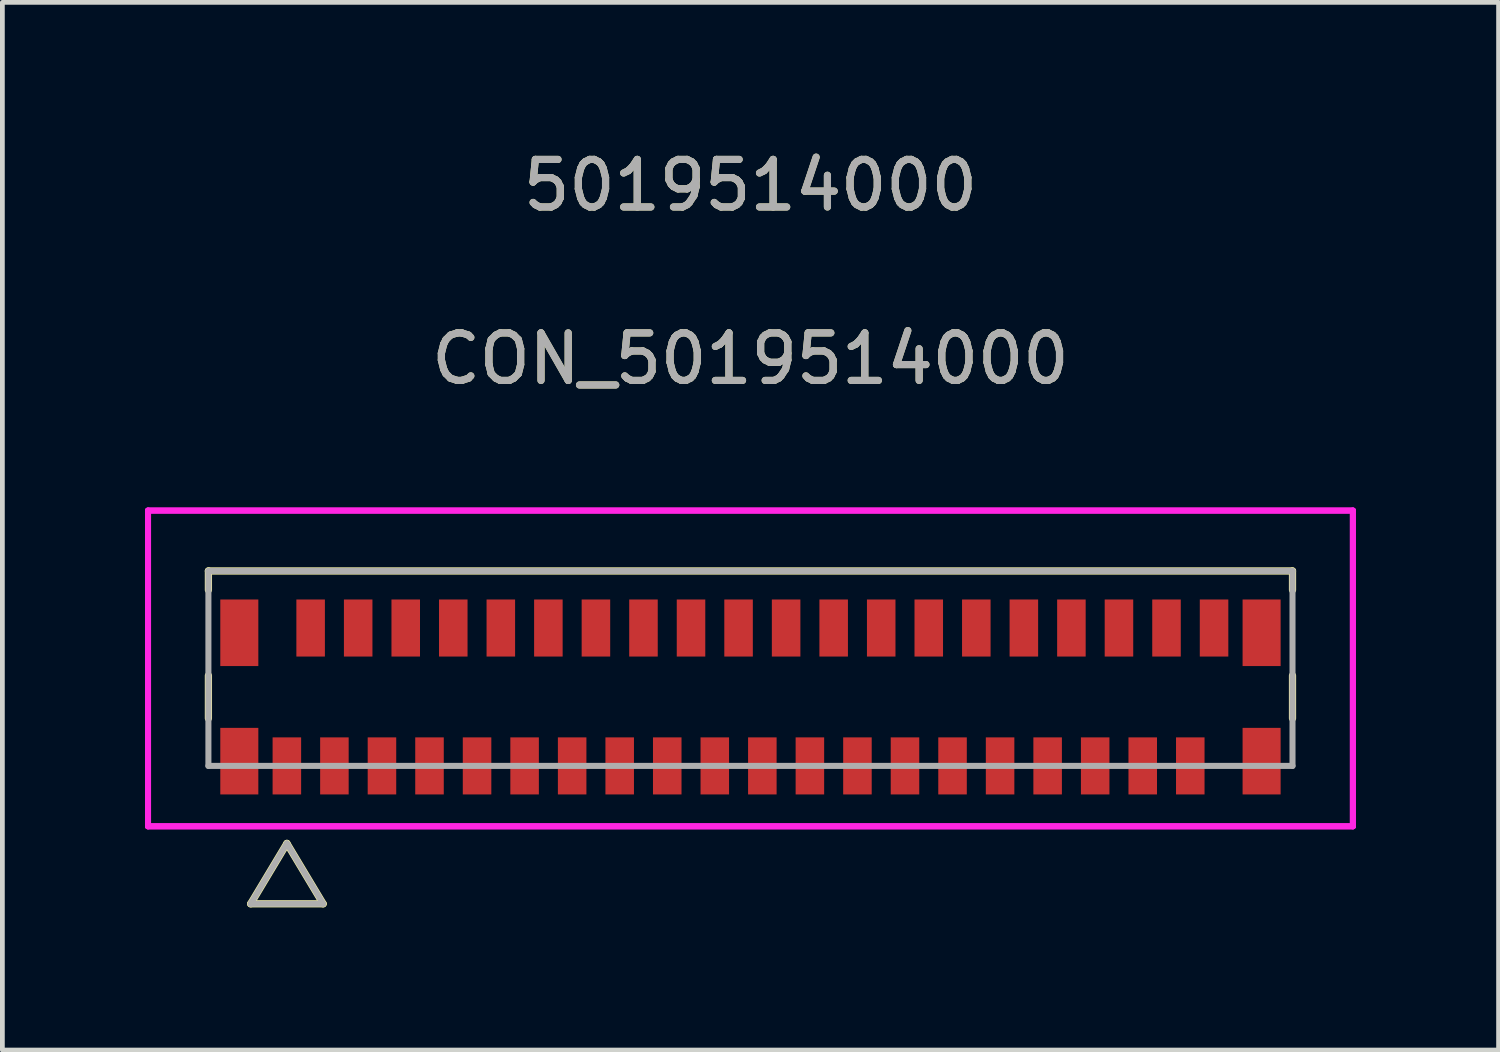
<source format=kicad_pcb>
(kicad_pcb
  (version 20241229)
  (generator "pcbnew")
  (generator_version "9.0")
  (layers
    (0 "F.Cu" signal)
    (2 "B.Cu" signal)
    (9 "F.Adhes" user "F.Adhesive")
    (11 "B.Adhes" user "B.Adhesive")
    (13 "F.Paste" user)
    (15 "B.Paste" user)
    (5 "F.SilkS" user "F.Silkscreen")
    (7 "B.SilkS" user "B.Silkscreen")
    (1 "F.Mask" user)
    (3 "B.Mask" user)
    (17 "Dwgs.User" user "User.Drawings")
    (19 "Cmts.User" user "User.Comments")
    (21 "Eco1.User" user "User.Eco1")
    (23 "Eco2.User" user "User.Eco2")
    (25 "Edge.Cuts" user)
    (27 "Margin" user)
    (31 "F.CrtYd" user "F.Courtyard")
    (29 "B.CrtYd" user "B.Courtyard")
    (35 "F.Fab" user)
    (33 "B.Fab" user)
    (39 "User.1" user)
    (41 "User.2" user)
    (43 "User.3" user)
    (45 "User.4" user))
  (footprint "CON_5019514000"
    (layer "F.Cu")
    (at 12.733 11.608)
    (property "Reference" "CON_5019514000" (at 0 -7.112 0) (unlocked yes) (layer "F.SilkS") (effects (font (size 1 1) (thickness 0.15))))
    (attr smd)
    (fp_line (start -11.4 -2.65) (end -11.4 -2.25) (stroke (width 0.152) (type solid)) (layer "F.SilkS"))
    (fp_line (start -11.4 -0.45) (end -11.4 0.45) (stroke (width 0.152) (type solid)) (layer "F.SilkS"))
    (fp_line (start -10.511 4.35) (end -9.749 3.08) (stroke (width 0.152) (type solid)) (layer "F.SilkS"))
    (fp_line (start -9.749 3.08) (end -8.987 4.35) (stroke (width 0.152) (type solid)) (layer "F.SilkS"))
    (fp_line (start -8.987 4.35) (end -10.511 4.35) (stroke (width 0.152) (type solid)) (layer "F.SilkS"))
    (fp_line (start 11.4 -2.65) (end -11.4 -2.65) (stroke (width 0.152) (type solid)) (layer "F.SilkS"))
    (fp_line (start 11.4 -2.25) (end 11.4 -2.65) (stroke (width 0.152) (type solid)) (layer "F.SilkS"))
    (fp_line (start 11.4 0.45) (end 11.4 -0.45) (stroke (width 0.152) (type solid)) (layer "F.SilkS"))
    (fp_line (start -12.67 -3.92) (end -12.67 2.72) (stroke (width 0.127) (type solid)) (layer "F.CrtYd"))
    (fp_line (start -12.67 -3.92) (end -12.67 2.72) (stroke (width 0.127) (type solid)) (layer "F.CrtYd"))
    (fp_line (start -12.67 2.72) (end 12.67 2.72) (stroke (width 0.127) (type solid)) (layer "F.CrtYd"))
    (fp_line (start -12.67 2.72) (end 12.67 2.72) (stroke (width 0.127) (type solid)) (layer "F.CrtYd"))
    (fp_line (start 12.67 -3.92) (end -12.67 -3.92) (stroke (width 0.127) (type solid)) (layer "F.CrtYd"))
    (fp_line (start 12.67 -3.92) (end -12.67 -3.92) (stroke (width 0.127) (type solid)) (layer "F.CrtYd"))
    (fp_line (start 12.67 2.72) (end 12.67 -3.92) (stroke (width 0.127) (type solid)) (layer "F.CrtYd"))
    (fp_line (start 12.67 2.72) (end 12.67 -3.92) (stroke (width 0.127) (type solid)) (layer "F.CrtYd"))
    (fp_line (start -11.4 -2.65) (end -11.4 1.45) (stroke (width 0.127) (type solid)) (layer "F.Fab"))
    (fp_line (start -11.4 1.45) (end 11.4 1.45) (stroke (width 0.127) (type solid)) (layer "F.Fab"))
    (fp_line (start -10.511 4.35) (end -9.749 3.08) (stroke (width 0.127) (type solid)) (layer "F.Fab"))
    (fp_line (start -9.749 3.08) (end -8.987 4.35) (stroke (width 0.127) (type solid)) (layer "F.Fab"))
    (fp_line (start -8.987 4.35) (end -10.511 4.35) (stroke (width 0.127) (type solid)) (layer "F.Fab"))
    (fp_line (start 11.4 -2.65) (end -11.4 -2.65) (stroke (width 0.127) (type solid)) (layer "F.Fab"))
    (fp_line (start 11.4 1.45) (end 11.4 -2.65) (stroke (width 0.127) (type solid)) (layer "F.Fab"))
    (fp_text user "5019514000" (at 0 -10.76 0) (unlocked yes) (layer "F.SilkS") (effects (font (size 1 1) (thickness 0.15))))
    (fp_text user "5019514000" (at 0 -10.76 0) (unlocked yes) (layer "F.Fab") (effects (font (size 1 1) (thickness 0.15))))
    (fp_text user "${REFERENCE}" (at 0 -7.112 0) (unlocked yes) (layer "F.Fab") (effects (font (size 1 1) (thickness 0.15))))
    (pad "1" smd rect (at -9.75 1.45) (size 0.6 1.2) (layers "F.Cu" "F.Mask" "F.Paste"))
    (pad "2" smd rect (at -9.25 -1.45) (size 0.6 1.2) (layers "F.Cu" "F.Mask" "F.Paste"))
    (pad "3" smd rect (at -8.75 1.45) (size 0.6 1.2) (layers "F.Cu" "F.Mask" "F.Paste"))
    (pad "4" smd rect (at -8.25 -1.45) (size 0.6 1.2) (layers "F.Cu" "F.Mask" "F.Paste"))
    (pad "5" smd rect (at -7.75 1.45) (size 0.6 1.2) (layers "F.Cu" "F.Mask" "F.Paste"))
    (pad "6" smd rect (at -7.25 -1.45) (size 0.6 1.2) (layers "F.Cu" "F.Mask" "F.Paste"))
    (pad "7" smd rect (at -6.75 1.45) (size 0.6 1.2) (layers "F.Cu" "F.Mask" "F.Paste"))
    (pad "8" smd rect (at -6.25 -1.45) (size 0.6 1.2) (layers "F.Cu" "F.Mask" "F.Paste"))
    (pad "9" smd rect (at -5.75 1.45) (size 0.6 1.2) (layers "F.Cu" "F.Mask" "F.Paste"))
    (pad "10" smd rect (at -5.25 -1.45) (size 0.6 1.2) (layers "F.Cu" "F.Mask" "F.Paste"))
    (pad "11" smd rect (at -4.75 1.45) (size 0.6 1.2) (layers "F.Cu" "F.Mask" "F.Paste"))
    (pad "12" smd rect (at -4.25 -1.45) (size 0.6 1.2) (layers "F.Cu" "F.Mask" "F.Paste"))
    (pad "13" smd rect (at -3.75 1.45) (size 0.6 1.2) (layers "F.Cu" "F.Mask" "F.Paste"))
    (pad "14" smd rect (at -3.25 -1.45) (size 0.6 1.2) (layers "F.Cu" "F.Mask" "F.Paste"))
    (pad "15" smd rect (at -2.75 1.45) (size 0.6 1.2) (layers "F.Cu" "F.Mask" "F.Paste"))
    (pad "16" smd rect (at -2.25 -1.45) (size 0.6 1.2) (layers "F.Cu" "F.Mask" "F.Paste"))
    (pad "17" smd rect (at -1.75 1.45) (size 0.6 1.2) (layers "F.Cu" "F.Mask" "F.Paste"))
    (pad "18" smd rect (at -1.25 -1.45) (size 0.6 1.2) (layers "F.Cu" "F.Mask" "F.Paste"))
    (pad "19" smd rect (at -0.75 1.45) (size 0.6 1.2) (layers "F.Cu" "F.Mask" "F.Paste"))
    (pad "20" smd rect (at -0.25 -1.45) (size 0.6 1.2) (layers "F.Cu" "F.Mask" "F.Paste"))
    (pad "21" smd rect (at 0.25 1.45) (size 0.6 1.2) (layers "F.Cu" "F.Mask" "F.Paste"))
    (pad "22" smd rect (at 0.75 -1.45) (size 0.6 1.2) (layers "F.Cu" "F.Mask" "F.Paste"))
    (pad "23" smd rect (at 1.25 1.45) (size 0.6 1.2) (layers "F.Cu" "F.Mask" "F.Paste"))
    (pad "24" smd rect (at 1.75 -1.45) (size 0.6 1.2) (layers "F.Cu" "F.Mask" "F.Paste"))
    (pad "25" smd rect (at 2.25 1.45) (size 0.6 1.2) (layers "F.Cu" "F.Mask" "F.Paste"))
    (pad "26" smd rect (at 2.75 -1.45) (size 0.6 1.2) (layers "F.Cu" "F.Mask" "F.Paste"))
    (pad "27" smd rect (at 3.25 1.45) (size 0.6 1.2) (layers "F.Cu" "F.Mask" "F.Paste"))
    (pad "28" smd rect (at 3.75 -1.45) (size 0.6 1.2) (layers "F.Cu" "F.Mask" "F.Paste"))
    (pad "29" smd rect (at 4.25 1.45) (size 0.6 1.2) (layers "F.Cu" "F.Mask" "F.Paste"))
    (pad "30" smd rect (at 4.75 -1.45) (size 0.6 1.2) (layers "F.Cu" "F.Mask" "F.Paste"))
    (pad "31" smd rect (at 5.25 1.45) (size 0.6 1.2) (layers "F.Cu" "F.Mask" "F.Paste"))
    (pad "32" smd rect (at 5.75 -1.45) (size 0.6 1.2) (layers "F.Cu" "F.Mask" "F.Paste"))
    (pad "33" smd rect (at 6.25 1.45) (size 0.6 1.2) (layers "F.Cu" "F.Mask" "F.Paste"))
    (pad "34" smd rect (at 6.75 -1.45) (size 0.6 1.2) (layers "F.Cu" "F.Mask" "F.Paste"))
    (pad "35" smd rect (at 7.25 1.45) (size 0.6 1.2) (layers "F.Cu" "F.Mask" "F.Paste"))
    (pad "36" smd rect (at 7.75 -1.45) (size 0.6 1.2) (layers "F.Cu" "F.Mask" "F.Paste"))
    (pad "37" smd rect (at 8.25 1.45) (size 0.6 1.2) (layers "F.Cu" "F.Mask" "F.Paste"))
    (pad "38" smd rect (at 8.75 -1.45) (size 0.6 1.2) (layers "F.Cu" "F.Mask" "F.Paste"))
    (pad "39" smd rect (at 9.25 1.45) (size 0.6 1.2) (layers "F.Cu" "F.Mask" "F.Paste"))
    (pad "40" smd rect (at 9.75 -1.45) (size 0.6 1.2) (layers "F.Cu" "F.Mask" "F.Paste"))
    (pad "P1" smd rect (at -10.75 1.35) (size 0.8 1.4) (layers "F.Cu" "F.Mask" "F.Paste"))
    (pad "P2" smd rect (at 10.75 1.35) (size 0.8 1.4) (layers "F.Cu" "F.Mask" "F.Paste"))
    (pad "P3" smd rect (at -10.75 -1.35) (size 0.8 1.4) (layers "F.Cu" "F.Mask" "F.Paste"))
    (pad "P4" smd rect (at 10.75 -1.35) (size 0.8 1.4) (layers "F.Cu" "F.Mask" "F.Paste")))
  (gr_rect
    (start -3 -3)
    (end 28.467 19.034)
    (stroke (width 0.1) (type default))
    (fill no)
    (layer "Edge.Cuts")))
</source>
